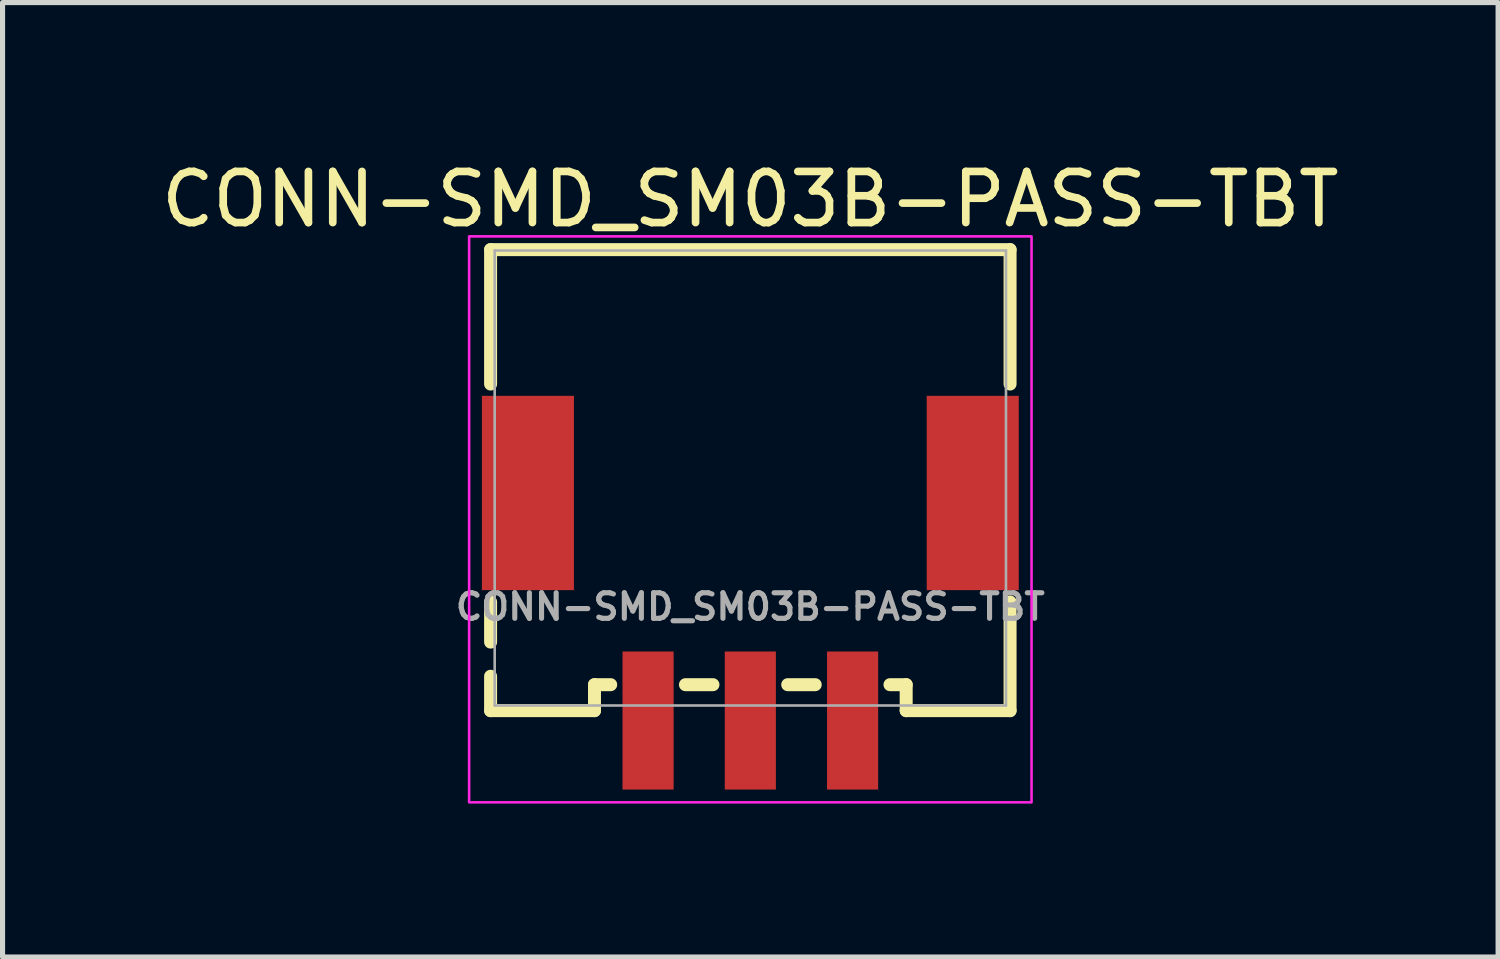
<source format=kicad_pcb>
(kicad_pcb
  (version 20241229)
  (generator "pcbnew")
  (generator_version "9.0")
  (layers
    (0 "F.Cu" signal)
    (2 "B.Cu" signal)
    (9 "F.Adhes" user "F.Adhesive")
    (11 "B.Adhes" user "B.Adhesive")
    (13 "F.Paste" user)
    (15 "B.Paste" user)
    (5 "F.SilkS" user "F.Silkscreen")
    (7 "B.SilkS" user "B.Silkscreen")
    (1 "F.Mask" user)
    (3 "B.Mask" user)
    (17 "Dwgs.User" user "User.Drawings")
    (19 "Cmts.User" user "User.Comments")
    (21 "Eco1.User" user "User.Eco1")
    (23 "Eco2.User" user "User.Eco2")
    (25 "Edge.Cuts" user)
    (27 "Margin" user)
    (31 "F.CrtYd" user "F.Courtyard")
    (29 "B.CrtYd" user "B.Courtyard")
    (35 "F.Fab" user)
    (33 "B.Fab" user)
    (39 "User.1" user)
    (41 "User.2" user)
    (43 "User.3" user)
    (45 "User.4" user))
  (footprint "CONN-SMD_SM03B-PASS-TBT"
    (layer "F.Cu")
    (at 11.625 8.817)
    (property "Reference" "CONN-SMD_SM03B-PASS-TBT" (at 0 -7.969 0) (layer "F.SilkS") (effects (font (size 1 1) (thickness 0.15))))
    (fp_line (start -5.08 -6.985) (end -5.08 -4.356) (stroke (width 0.254) (type default)) (layer "F.SilkS"))
    (fp_line (start -5.08 -0.094) (end -5.08 0.691) (stroke (width 0.254) (type default)) (layer "F.SilkS"))
    (fp_line (start -5.08 1.359) (end -5.08 2.032) (stroke (width 0.254) (type default)) (layer "F.SilkS"))
    (fp_line (start -5.08 2.032) (end -3.048 2.032) (stroke (width 0.254) (type default)) (layer "F.SilkS"))
    (fp_line (start -3.048 1.524) (end -2.731 1.524) (stroke (width 0.254) (type default)) (layer "F.SilkS"))
    (fp_line (start -3.048 2.032) (end -3.048 1.524) (stroke (width 0.254) (type default)) (layer "F.SilkS"))
    (fp_line (start -1.269 1.524) (end -0.731 1.524) (stroke (width 0.254) (type default)) (layer "F.SilkS"))
    (fp_line (start 0.731 1.524) (end 1.269 1.524) (stroke (width 0.254) (type default)) (layer "F.SilkS"))
    (fp_line (start 2.731 1.524) (end 3.048 1.524) (stroke (width 0.254) (type default)) (layer "F.SilkS"))
    (fp_line (start 3.048 1.524) (end 3.048 2.032) (stroke (width 0.254) (type default)) (layer "F.SilkS"))
    (fp_line (start 3.048 2.032) (end 5.08 2.032) (stroke (width 0.254) (type default)) (layer "F.SilkS"))
    (fp_line (start 5.08 -6.985) (end -5.08 -6.985) (stroke (width 0.254) (type default)) (layer "F.SilkS"))
    (fp_line (start 5.08 -4.356) (end 5.08 -6.985) (stroke (width 0.254) (type default)) (layer "F.SilkS"))
    (fp_line (start 5.08 2.032) (end 5.08 -0.094) (stroke (width 0.254) (type default)) (layer "F.SilkS"))
    (fp_rect (start -5.5 -7.244) (end 5.5 3.825) (stroke (width 0.05) (type default)) (fill no) (layer "F.CrtYd"))
    (fp_line (start -5 -6.968) (end 5 -6.968) (stroke (width 0.051) (type default)) (layer "F.Fab"))
    (fp_line (start -5 1.931) (end -5 -6.968) (stroke (width 0.051) (type default)) (layer "F.Fab"))
    (fp_line (start 5 -6.968) (end 5 1.931) (stroke (width 0.051) (type default)) (layer "F.Fab"))
    (fp_line (start 5 1.931) (end -5 1.931) (stroke (width 0.051) (type default)) (layer "F.Fab"))
    (fp_text user "${REFERENCE}" (at 0 0 0) (layer "F.Fab") (effects (font (size 0.5 0.5) (thickness 0.1))))
    (pad "1" smd rect (at 2 2.225 180) (size 1 2.7) (layers "F.Cu" "F.Mask" "F.Paste"))
    (pad "2" smd rect (at 0 2.225 180) (size 1 2.7) (layers "F.Cu" "F.Mask" "F.Paste"))
    (pad "3" smd rect (at -2 2.225 180) (size 1 2.7) (layers "F.Cu" "F.Mask" "F.Paste"))
    (pad "4" smd rect (at 4.35 -2.225 180) (size 1.8 3.8) (layers "F.Cu" "F.Mask" "F.Paste"))
    (pad "5" smd rect (at -4.35 -2.225 180) (size 1.8 3.8) (layers "F.Cu" "F.Mask" "F.Paste")))
  (gr_rect
    (start -3 -3)
    (end 26.25 15.667)
    (stroke (width 0.1) (type default))
    (fill no)
    (layer "Edge.Cuts")))
</source>
